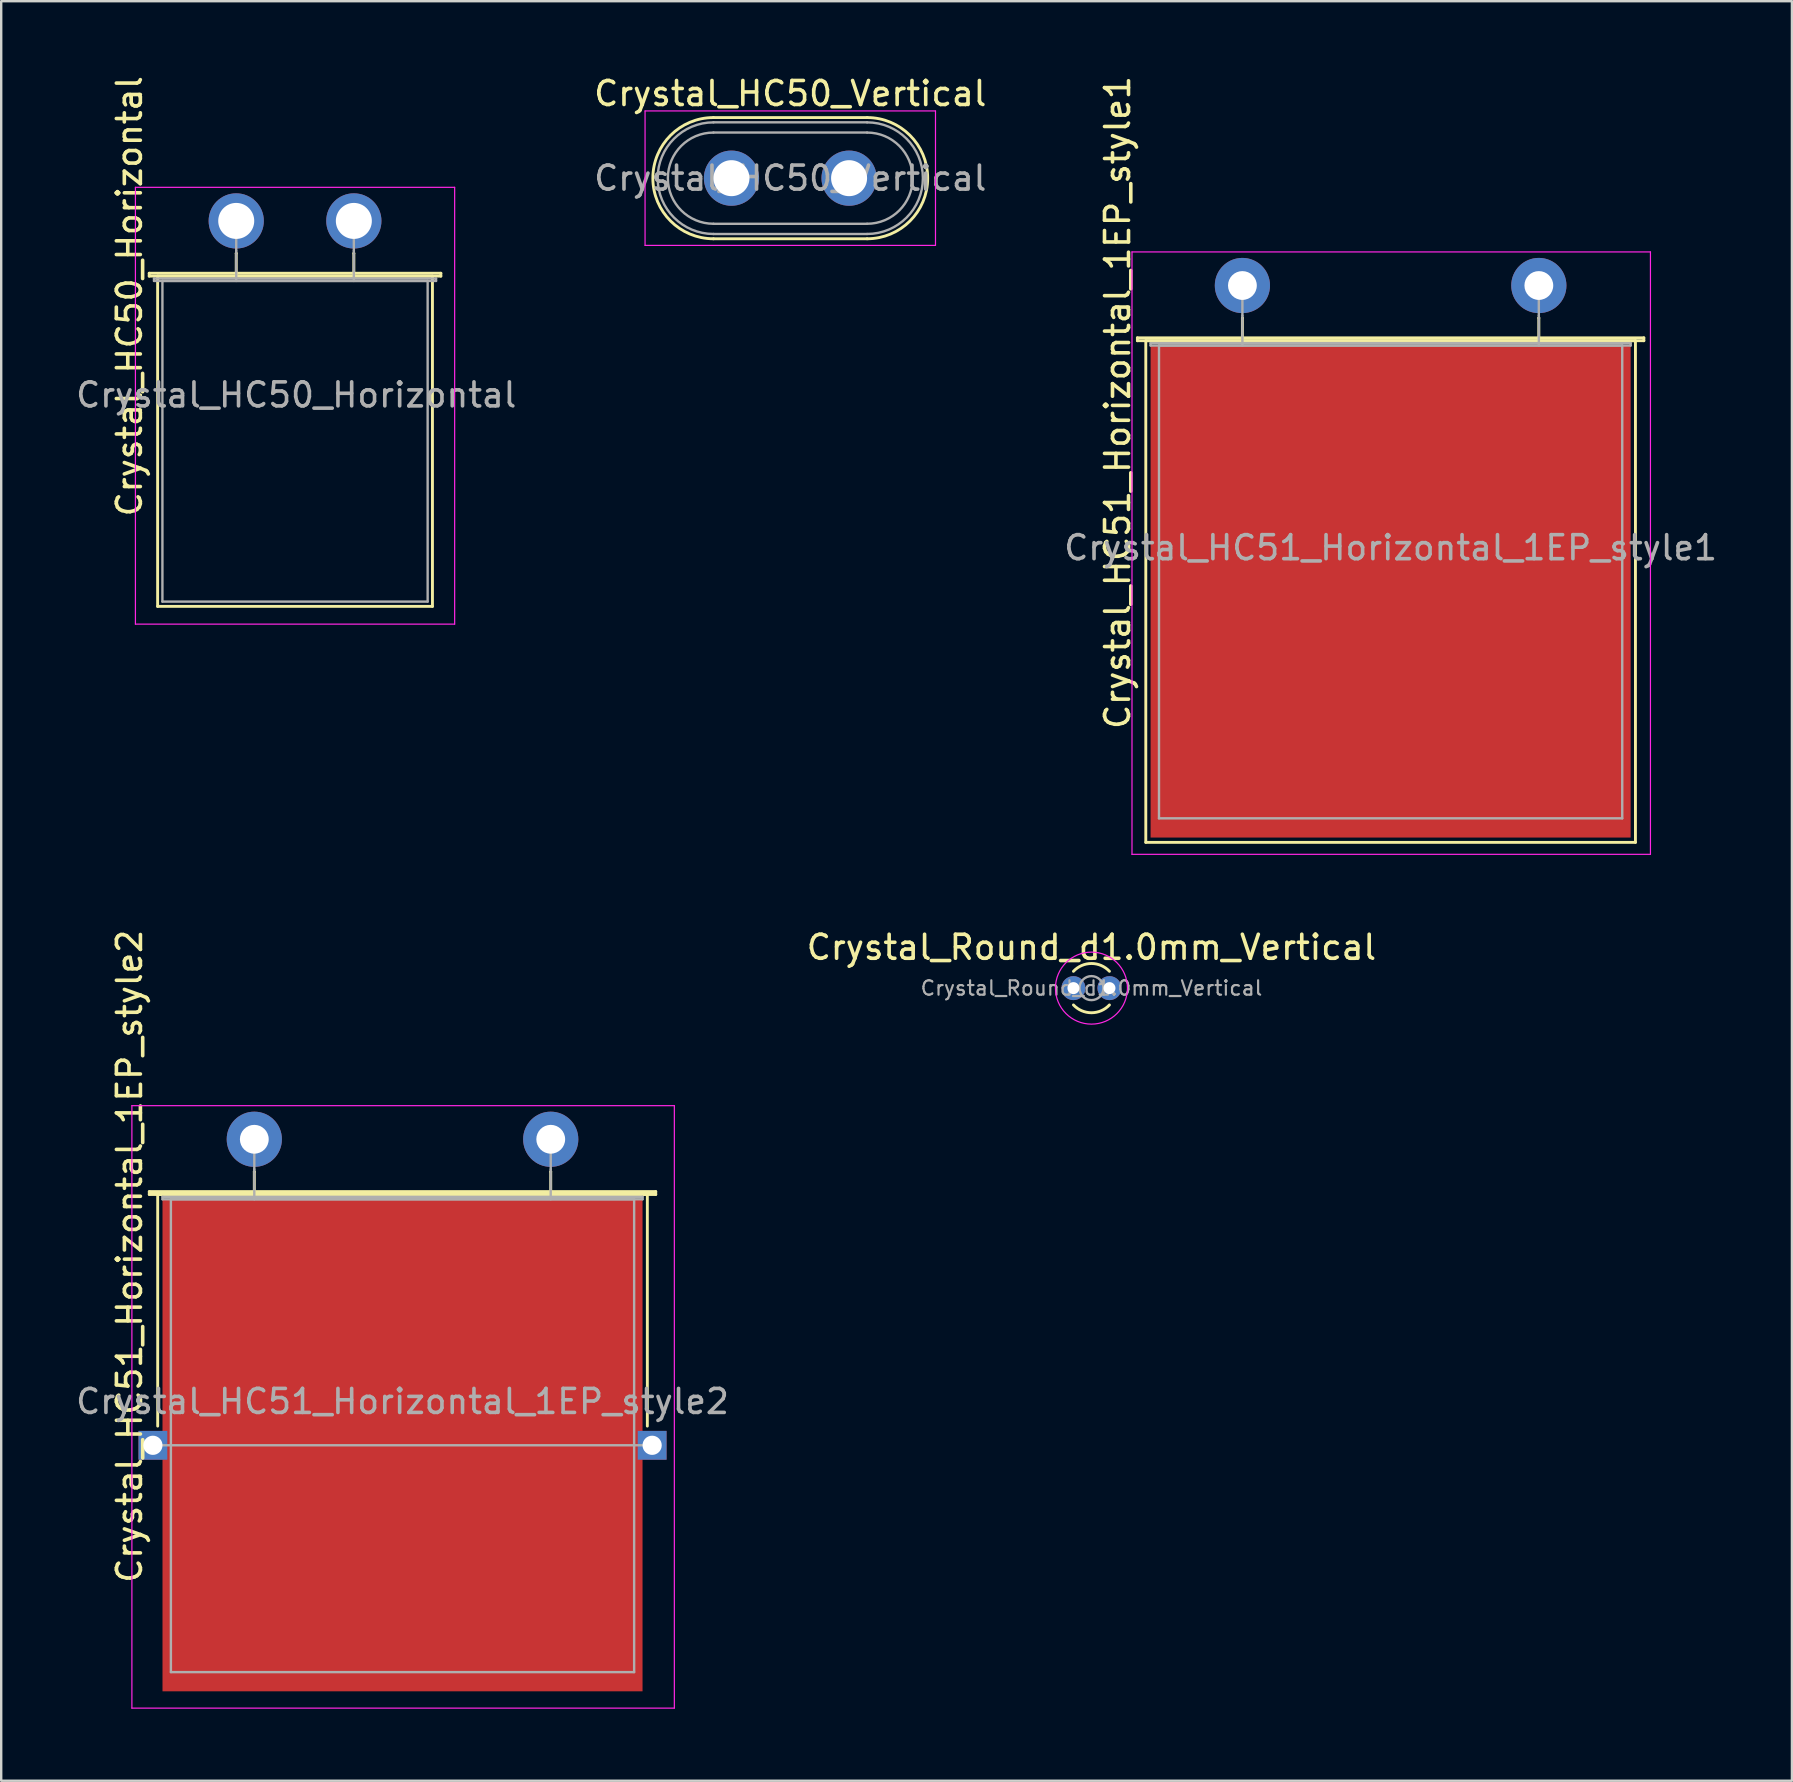
<source format=kicad_pcb>
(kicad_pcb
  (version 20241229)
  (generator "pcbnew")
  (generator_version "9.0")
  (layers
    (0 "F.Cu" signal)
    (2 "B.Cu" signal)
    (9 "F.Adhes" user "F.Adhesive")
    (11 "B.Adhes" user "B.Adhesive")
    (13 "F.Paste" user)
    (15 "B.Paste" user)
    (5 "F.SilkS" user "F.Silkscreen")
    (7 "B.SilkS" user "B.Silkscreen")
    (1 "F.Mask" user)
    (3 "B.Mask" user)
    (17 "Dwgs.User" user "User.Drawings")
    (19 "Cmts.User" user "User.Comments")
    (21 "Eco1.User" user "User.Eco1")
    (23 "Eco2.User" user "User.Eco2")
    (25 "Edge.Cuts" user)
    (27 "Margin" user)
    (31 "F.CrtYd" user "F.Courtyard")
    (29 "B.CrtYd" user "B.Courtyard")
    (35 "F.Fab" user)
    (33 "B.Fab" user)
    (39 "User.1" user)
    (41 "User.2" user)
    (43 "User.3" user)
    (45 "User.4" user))
  (footprint "Crystal_HC50_Vertical"
    (layer "F.Cu")
    (at 27.425 4.373)
    (property "Reference" "Crystal_HC50_Vertical" (at 2.45 -3.525 0) (layer "F.SilkS") (effects (font (size 1 1) (thickness 0.15))))
    (attr through_hole)
    (fp_line (start -0.75 -2.525) (end 5.65 -2.525) (stroke (width 0.12) (type solid)) (layer "F.SilkS"))
    (fp_line (start -0.75 2.525) (end 5.65 2.525) (stroke (width 0.12) (type solid)) (layer "F.SilkS"))
    (fp_arc (start -0.75 2.525) (mid -3.275 0) (end -0.75 -2.525) (stroke (width 0.12) (type solid)) (layer "F.SilkS"))
    (fp_arc (start 5.65 -2.525) (mid 8.175 0) (end 5.65 2.525) (stroke (width 0.12) (type solid)) (layer "F.SilkS"))
    (fp_line (start -3.6 -2.8) (end -3.6 2.8) (stroke (width 0.05) (type solid)) (layer "F.CrtYd"))
    (fp_line (start -3.6 2.8) (end 8.5 2.8) (stroke (width 0.05) (type solid)) (layer "F.CrtYd"))
    (fp_line (start 8.5 -2.8) (end -3.6 -2.8) (stroke (width 0.05) (type solid)) (layer "F.CrtYd"))
    (fp_line (start 8.5 2.8) (end 8.5 -2.8) (stroke (width 0.05) (type solid)) (layer "F.CrtYd"))
    (fp_line (start -0.75 -2.325) (end 5.65 -2.325) (stroke (width 0.1) (type solid)) (layer "F.Fab"))
    (fp_line (start -0.75 -1.9) (end 5.65 -1.9) (stroke (width 0.1) (type solid)) (layer "F.Fab"))
    (fp_line (start -0.75 1.9) (end 5.65 1.9) (stroke (width 0.1) (type solid)) (layer "F.Fab"))
    (fp_line (start -0.75 2.325) (end 5.65 2.325) (stroke (width 0.1) (type solid)) (layer "F.Fab"))
    (fp_arc (start -0.75 1.9) (mid -2.65 0) (end -0.75 -1.9) (stroke (width 0.1) (type solid)) (layer "F.Fab"))
    (fp_arc (start -0.75 2.325) (mid -3.075 0) (end -0.75 -2.325) (stroke (width 0.1) (type solid)) (layer "F.Fab"))
    (fp_arc (start 5.65 -2.325) (mid 7.975 0) (end 5.65 2.325) (stroke (width 0.1) (type solid)) (layer "F.Fab"))
    (fp_arc (start 5.65 -1.9) (mid 7.55 0) (end 5.65 1.9) (stroke (width 0.1) (type solid)) (layer "F.Fab"))
    (fp_text user "${REFERENCE}" (at 2.45 0 0) (layer "F.Fab") (effects (font (size 1 1) (thickness 0.15))))
    (pad "1" thru_hole circle (at 0 0) (size 2.3 2.3) (drill 1.5) (layers "*.Cu" "*.Mask"))
    (pad "2" thru_hole circle (at 4.9 0) (size 2.3 2.3) (drill 1.5) (layers "*.Cu" "*.Mask")))
  (footprint "Crystal_Round_d1.0mm_Vertical"
    (layer "F.Cu")
    (at 41.673 38.118)
    (property "Reference" "Crystal_Round_d1.0mm_Vertical" (at 0.75 -1.7 0) (layer "F.SilkS") (effects (font (size 1 1) (thickness 0.15))))
    (attr through_hole)
    (fp_arc (start 0 -0.7) (mid 0.749553 -1.025914) (end 1.49939 -0.700653) (stroke (width 0.12) (type solid)) (layer "F.SilkS"))
    (fp_arc (start 1.49939 0.700653) (mid 0.749553 1.025914) (end 0 0.7) (stroke (width 0.12) (type solid)) (layer "F.SilkS"))
    (fp_circle (center 0.75 0) (end 2.25 0) (stroke (width 0.05) (type solid)) (fill no) (layer "F.CrtYd"))
    (fp_circle (center 0.75 0) (end 1.25 0) (stroke (width 0.1) (type solid)) (fill no) (layer "F.Fab"))
    (fp_text user "${REFERENCE}" (at 0.75 0 0) (layer "F.Fab") (effects (font (size 0.6 0.6) (thickness 0.09))))
    (pad "1" thru_hole circle (at 0 0) (size 1 1) (drill 0.5) (layers "*.Cu" "*.Mask"))
    (pad "2" thru_hole circle (at 1.5 0) (size 1 1) (drill 0.5) (layers "*.Cu" "*.Mask")))
  (footprint "Crystal_HC51_Horizontal_1EP_style1"
    (layer "F.Cu")
    (at 48.712 8.845)
    (property "Reference" "Crystal_HC51_Horizontal_1EP_style1" (at -5.2 4.875 90) (layer "F.SilkS") (effects (font (size 1 1) (thickness 0.15))))
    (attr through_hole)
    (fp_line (start -4.375 2.18) (end 16.725 2.18) (stroke (width 0.12) (type solid)) (layer "F.SilkS"))
    (fp_line (start -4.375 2.3) (end -4.375 2.18) (stroke (width 0.12) (type solid)) (layer "F.SilkS"))
    (fp_line (start -4.025 2.3) (end -4.025 23.2) (stroke (width 0.12) (type solid)) (layer "F.SilkS"))
    (fp_line (start -4.025 23.2) (end 16.375 23.2) (stroke (width 0.12) (type solid)) (layer "F.SilkS"))
    (fp_line (start 0 1.35) (end 0 1.35) (stroke (width 0.12) (type solid)) (layer "F.SilkS"))
    (fp_line (start 0 2.3) (end 0 1.35) (stroke (width 0.12) (type solid)) (layer "F.SilkS"))
    (fp_line (start 12.35 1.35) (end 12.35 1.35) (stroke (width 0.12) (type solid)) (layer "F.SilkS"))
    (fp_line (start 12.35 2.3) (end 12.35 1.35) (stroke (width 0.12) (type solid)) (layer "F.SilkS"))
    (fp_line (start 16.375 2.3) (end -4.025 2.3) (stroke (width 0.12) (type solid)) (layer "F.SilkS"))
    (fp_line (start 16.375 23.2) (end 16.375 2.3) (stroke (width 0.12) (type solid)) (layer "F.SilkS"))
    (fp_line (start 16.725 2.18) (end 16.725 2.3) (stroke (width 0.12) (type solid)) (layer "F.SilkS"))
    (fp_line (start 16.725 2.3) (end -4.375 2.3) (stroke (width 0.12) (type solid)) (layer "F.SilkS"))
    (fp_line (start -4.6 -1.4) (end -4.6 23.7) (stroke (width 0.05) (type solid)) (layer "F.CrtYd"))
    (fp_line (start -4.6 23.7) (end 17 23.7) (stroke (width 0.05) (type solid)) (layer "F.CrtYd"))
    (fp_line (start 17 -1.4) (end -4.6 -1.4) (stroke (width 0.05) (type solid)) (layer "F.CrtYd"))
    (fp_line (start 17 23.7) (end 17 -1.4) (stroke (width 0.05) (type solid)) (layer "F.CrtYd"))
    (fp_line (start -3.825 2.4) (end 16.175 2.4) (stroke (width 0.1) (type solid)) (layer "F.Fab"))
    (fp_line (start -3.825 2.5) (end -3.825 2.4) (stroke (width 0.1) (type solid)) (layer "F.Fab"))
    (fp_line (start -3.475 2.5) (end -3.475 22.2) (stroke (width 0.1) (type solid)) (layer "F.Fab"))
    (fp_line (start -3.475 22.2) (end 15.825 22.2) (stroke (width 0.1) (type solid)) (layer "F.Fab"))
    (fp_line (start 0 1.25) (end 0 0) (stroke (width 0.1) (type solid)) (layer "F.Fab"))
    (fp_line (start 0 2.5) (end 0 1.25) (stroke (width 0.1) (type solid)) (layer "F.Fab"))
    (fp_line (start 12.35 1.25) (end 12.35 0) (stroke (width 0.1) (type solid)) (layer "F.Fab"))
    (fp_line (start 12.35 2.5) (end 12.35 1.25) (stroke (width 0.1) (type solid)) (layer "F.Fab"))
    (fp_line (start 15.825 2.5) (end -3.475 2.5) (stroke (width 0.1) (type solid)) (layer "F.Fab"))
    (fp_line (start 15.825 22.2) (end 15.825 2.5) (stroke (width 0.1) (type solid)) (layer "F.Fab"))
    (fp_line (start 16.175 2.4) (end 16.175 2.5) (stroke (width 0.1) (type solid)) (layer "F.Fab"))
    (fp_line (start 16.175 2.5) (end -3.825 2.5) (stroke (width 0.1) (type solid)) (layer "F.Fab"))
    (fp_text user "${REFERENCE}" (at 6.175 10.925 0) (layer "F.Fab") (effects (font (size 1 1) (thickness 0.15))))
    (pad "1" thru_hole circle (at 0 0) (size 2.3 2.3) (drill 1.2) (layers "*.Cu" "*.Mask"))
    (pad "2" thru_hole circle (at 12.35 0) (size 2.3 2.3) (drill 1.2) (layers "*.Cu" "*.Mask"))
    (pad "3" smd rect (at 6.175 12.75) (size 20 20.5) (layers "F.Cu" "F.Mask" "F.Paste")))
  (footprint "Crystal_HC50_Horizontal"
    (layer "F.Cu")
    (at 6.792 6.154)
    (property "Reference" "Crystal_HC50_Horizontal" (at -4.45 3.138 90) (layer "F.SilkS") (effects (font (size 1 1) (thickness 0.15))))
    (attr through_hole)
    (fp_line (start -3.625 2.18) (end 8.525 2.18) (stroke (width 0.12) (type solid)) (layer "F.SilkS"))
    (fp_line (start -3.625 2.3) (end -3.625 2.18) (stroke (width 0.12) (type solid)) (layer "F.SilkS"))
    (fp_line (start -3.275 2.3) (end -3.275 16.06) (stroke (width 0.12) (type solid)) (layer "F.SilkS"))
    (fp_line (start -3.275 16.06) (end 8.175 16.06) (stroke (width 0.12) (type solid)) (layer "F.SilkS"))
    (fp_line (start 0 1.35) (end 0 1.35) (stroke (width 0.12) (type solid)) (layer "F.SilkS"))
    (fp_line (start 0 2.3) (end 0 1.35) (stroke (width 0.12) (type solid)) (layer "F.SilkS"))
    (fp_line (start 4.9 1.35) (end 4.9 1.35) (stroke (width 0.12) (type solid)) (layer "F.SilkS"))
    (fp_line (start 4.9 2.3) (end 4.9 1.35) (stroke (width 0.12) (type solid)) (layer "F.SilkS"))
    (fp_line (start 8.175 2.3) (end -3.275 2.3) (stroke (width 0.12) (type solid)) (layer "F.SilkS"))
    (fp_line (start 8.175 16.06) (end 8.175 2.3) (stroke (width 0.12) (type solid)) (layer "F.SilkS"))
    (fp_line (start 8.525 2.18) (end 8.525 2.3) (stroke (width 0.12) (type solid)) (layer "F.SilkS"))
    (fp_line (start 8.525 2.3) (end -3.625 2.3) (stroke (width 0.12) (type solid)) (layer "F.SilkS"))
    (fp_line (start -4.2 -1.4) (end -4.2 16.8) (stroke (width 0.05) (type solid)) (layer "F.CrtYd"))
    (fp_line (start -4.2 16.8) (end 9.1 16.8) (stroke (width 0.05) (type solid)) (layer "F.CrtYd"))
    (fp_line (start 9.1 -1.4) (end -4.2 -1.4) (stroke (width 0.05) (type solid)) (layer "F.CrtYd"))
    (fp_line (start 9.1 16.8) (end 9.1 -1.4) (stroke (width 0.05) (type solid)) (layer "F.CrtYd"))
    (fp_line (start -3.425 2.4) (end 8.325 2.4) (stroke (width 0.1) (type solid)) (layer "F.Fab"))
    (fp_line (start -3.425 2.5) (end -3.425 2.4) (stroke (width 0.1) (type solid)) (layer "F.Fab"))
    (fp_line (start -3.075 2.5) (end -3.075 15.86) (stroke (width 0.1) (type solid)) (layer "F.Fab"))
    (fp_line (start -3.075 15.86) (end 7.975 15.86) (stroke (width 0.1) (type solid)) (layer "F.Fab"))
    (fp_line (start 0 1.25) (end 0 0) (stroke (width 0.1) (type solid)) (layer "F.Fab"))
    (fp_line (start 0 2.5) (end 0 1.25) (stroke (width 0.1) (type solid)) (layer "F.Fab"))
    (fp_line (start 4.9 1.25) (end 4.9 0) (stroke (width 0.1) (type solid)) (layer "F.Fab"))
    (fp_line (start 4.9 2.5) (end 4.9 1.25) (stroke (width 0.1) (type solid)) (layer "F.Fab"))
    (fp_line (start 7.975 2.5) (end -3.075 2.5) (stroke (width 0.1) (type solid)) (layer "F.Fab"))
    (fp_line (start 7.975 15.86) (end 7.975 2.5) (stroke (width 0.1) (type solid)) (layer "F.Fab"))
    (fp_line (start 8.325 2.4) (end 8.325 2.5) (stroke (width 0.1) (type solid)) (layer "F.Fab"))
    (fp_line (start 8.325 2.5) (end -3.425 2.5) (stroke (width 0.1) (type solid)) (layer "F.Fab"))
    (fp_text user "${REFERENCE}" (at 2.5 7.25 0) (layer "F.Fab") (effects (font (size 1 1) (thickness 0.15))))
    (pad "1" thru_hole circle (at 0 0) (size 2.3 2.3) (drill 1.5) (layers "*.Cu" "*.Mask"))
    (pad "2" thru_hole circle (at 4.9 0) (size 2.3 2.3) (drill 1.5) (layers "*.Cu" "*.Mask")))
  (footprint "Crystal_HC51_Horizontal_1EP_style2"
    (layer "F.Cu")
    (at 7.545 44.415)
    (property "Reference" "Crystal_HC51_Horizontal_1EP_style2" (at -5.2 4.875 90) (layer "F.SilkS") (effects (font (size 1 1) (thickness 0.15))))
    (attr through_hole)
    (fp_line (start -4.375 2.18) (end 16.725 2.18) (stroke (width 0.12) (type solid)) (layer "F.SilkS"))
    (fp_line (start -4.375 2.3) (end -4.375 2.18) (stroke (width 0.12) (type solid)) (layer "F.SilkS"))
    (fp_line (start -4.025 2.3) (end 16.375 2.3) (stroke (width 0.12) (type solid)) (layer "F.SilkS"))
    (fp_line (start -4.025 11.95) (end -4.025 2.3) (stroke (width 0.12) (type solid)) (layer "F.SilkS"))
    (fp_line (start 0 1.35) (end 0 1.35) (stroke (width 0.12) (type solid)) (layer "F.SilkS"))
    (fp_line (start 0 2.3) (end 0 1.35) (stroke (width 0.12) (type solid)) (layer "F.SilkS"))
    (fp_line (start 12.35 1.35) (end 12.35 1.35) (stroke (width 0.12) (type solid)) (layer "F.SilkS"))
    (fp_line (start 12.35 2.3) (end 12.35 1.35) (stroke (width 0.12) (type solid)) (layer "F.SilkS"))
    (fp_line (start 16.375 2.3) (end 16.375 11.95) (stroke (width 0.12) (type solid)) (layer "F.SilkS"))
    (fp_line (start 16.725 2.18) (end 16.725 2.3) (stroke (width 0.12) (type solid)) (layer "F.SilkS"))
    (fp_line (start 16.725 2.3) (end -4.375 2.3) (stroke (width 0.12) (type solid)) (layer "F.SilkS"))
    (fp_line (start -5.1 -1.4) (end -5.1 23.7) (stroke (width 0.05) (type solid)) (layer "F.CrtYd"))
    (fp_line (start -5.1 23.7) (end 17.5 23.7) (stroke (width 0.05) (type solid)) (layer "F.CrtYd"))
    (fp_line (start 17.5 -1.4) (end -5.1 -1.4) (stroke (width 0.05) (type solid)) (layer "F.CrtYd"))
    (fp_line (start 17.5 23.7) (end 17.5 -1.4) (stroke (width 0.05) (type solid)) (layer "F.CrtYd"))
    (fp_line (start -4.225 12.75) (end 16.575 12.75) (stroke (width 0.1) (type solid)) (layer "F.Fab"))
    (fp_line (start -3.825 2.4) (end 16.175 2.4) (stroke (width 0.1) (type solid)) (layer "F.Fab"))
    (fp_line (start -3.825 2.5) (end -3.825 2.4) (stroke (width 0.1) (type solid)) (layer "F.Fab"))
    (fp_line (start -3.475 2.5) (end -3.475 22.2) (stroke (width 0.1) (type solid)) (layer "F.Fab"))
    (fp_line (start -3.475 22.2) (end 15.825 22.2) (stroke (width 0.1) (type solid)) (layer "F.Fab"))
    (fp_line (start 0 1.25) (end 0 0) (stroke (width 0.1) (type solid)) (layer "F.Fab"))
    (fp_line (start 0 2.5) (end 0 1.25) (stroke (width 0.1) (type solid)) (layer "F.Fab"))
    (fp_line (start 12.35 1.25) (end 12.35 0) (stroke (width 0.1) (type solid)) (layer "F.Fab"))
    (fp_line (start 12.35 2.5) (end 12.35 1.25) (stroke (width 0.1) (type solid)) (layer "F.Fab"))
    (fp_line (start 15.825 2.5) (end -3.475 2.5) (stroke (width 0.1) (type solid)) (layer "F.Fab"))
    (fp_line (start 15.825 22.2) (end 15.825 2.5) (stroke (width 0.1) (type solid)) (layer "F.Fab"))
    (fp_line (start 16.175 2.4) (end 16.175 2.5) (stroke (width 0.1) (type solid)) (layer "F.Fab"))
    (fp_line (start 16.175 2.5) (end -3.825 2.5) (stroke (width 0.1) (type solid)) (layer "F.Fab"))
    (fp_text user "${REFERENCE}" (at 6.175 10.925 0) (layer "F.Fab") (effects (font (size 1 1) (thickness 0.15))))
    (pad "1" thru_hole circle (at 0 0) (size 2.3 2.3) (drill 1.2) (layers "*.Cu" "*.Mask"))
    (pad "2" thru_hole circle (at 12.35 0) (size 2.3 2.3) (drill 1.2) (layers "*.Cu" "*.Mask"))
    (pad "3" thru_hole rect (at -4.225 12.75) (size 1.2 1.2) (drill 0.8) (layers "*.Cu" "*.Mask"))
    (pad "3" smd rect (at 6.175 12.75) (size 20 20.5) (layers "F.Cu" "F.Mask" "F.Paste"))
    (pad "3" thru_hole rect (at 16.575 12.75) (size 1.2 1.2) (drill 0.8) (layers "*.Cu" "*.Mask")))
  (gr_rect
    (start -3 -3)
    (end 71.607 71.14)
    (stroke (width 0.1) (type default))
    (fill no)
    (layer "Edge.Cuts")))
</source>
